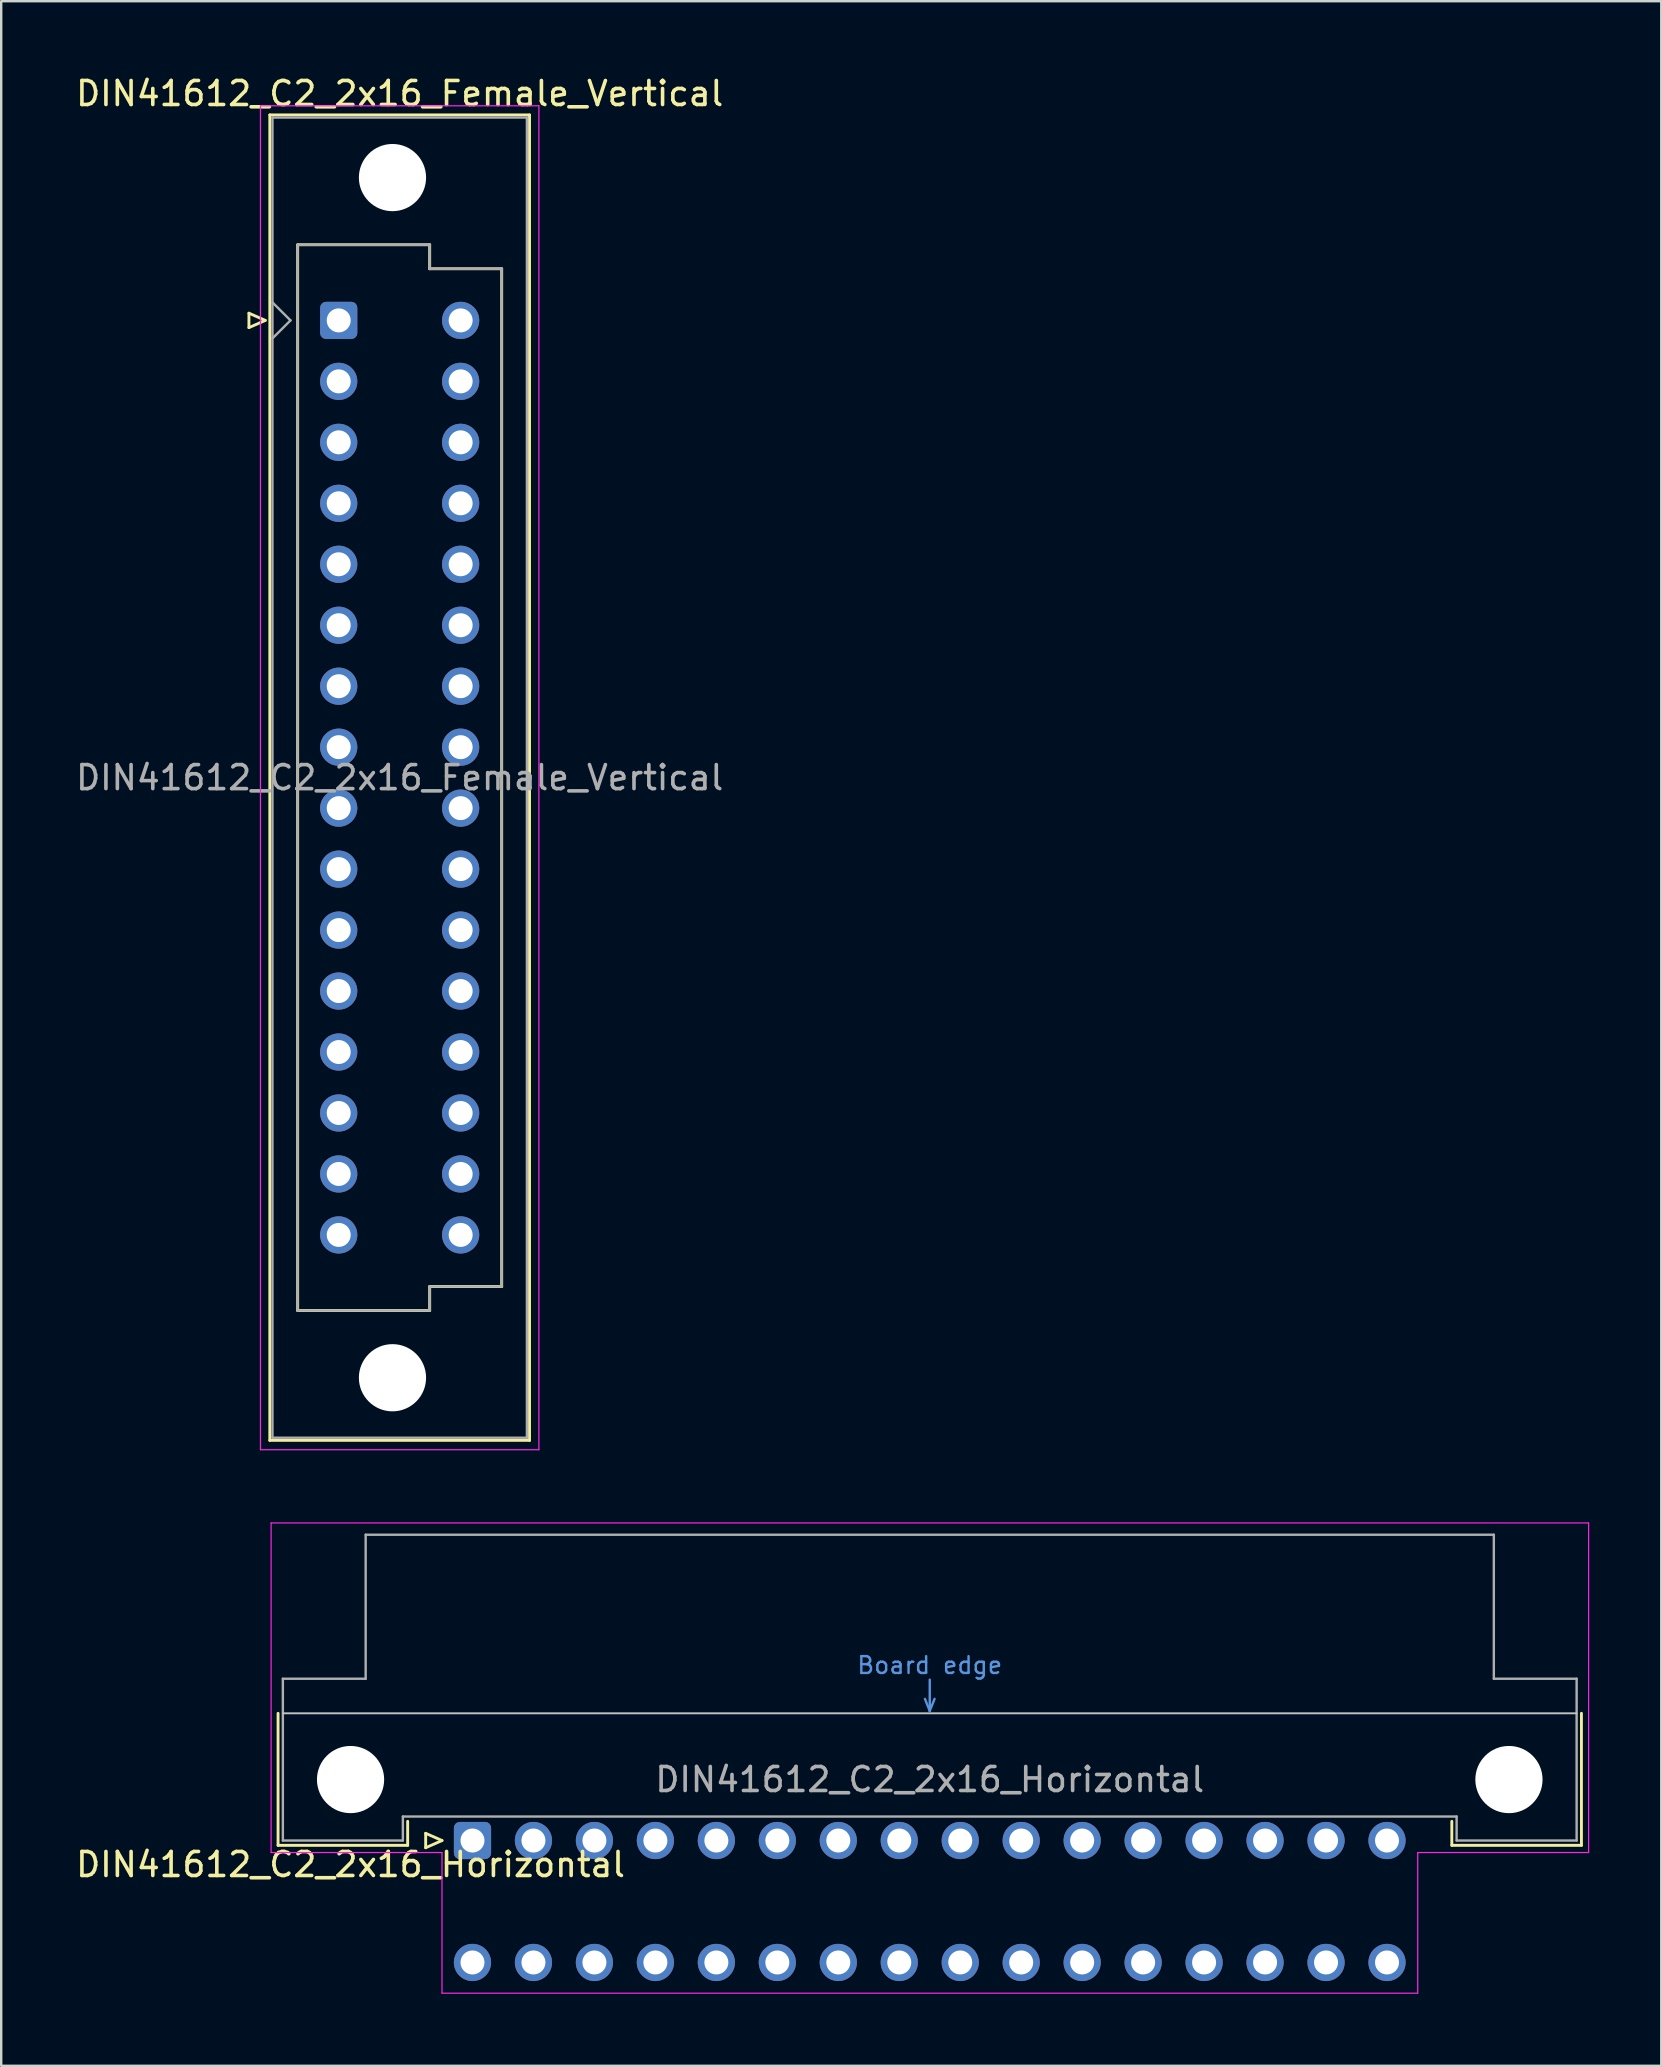
<source format=kicad_pcb>
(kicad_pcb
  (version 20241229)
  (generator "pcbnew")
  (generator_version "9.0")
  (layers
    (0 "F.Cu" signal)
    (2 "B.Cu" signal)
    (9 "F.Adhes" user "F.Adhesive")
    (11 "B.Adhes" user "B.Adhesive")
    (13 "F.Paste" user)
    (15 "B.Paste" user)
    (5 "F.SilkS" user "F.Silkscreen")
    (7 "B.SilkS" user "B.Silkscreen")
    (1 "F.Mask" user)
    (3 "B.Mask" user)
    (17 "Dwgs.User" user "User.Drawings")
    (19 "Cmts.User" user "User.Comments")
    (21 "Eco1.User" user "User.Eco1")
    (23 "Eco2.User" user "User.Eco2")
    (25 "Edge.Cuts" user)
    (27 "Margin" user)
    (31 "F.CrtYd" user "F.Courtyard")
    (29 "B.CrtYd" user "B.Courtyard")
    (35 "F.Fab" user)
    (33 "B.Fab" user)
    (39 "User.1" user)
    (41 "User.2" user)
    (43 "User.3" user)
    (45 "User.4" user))
  (footprint "DIN41612_C2_2x16_Female_Vertical"
    (layer "F.Cu")
    (at 11.061 10.298)
    (property "Reference" "DIN41612_C2_2x16_Female_Vertical" (at 2.54 -9.45 0) (layer "F.SilkS") (effects (font (size 1 1) (thickness 0.15))))
    (attr through_hole)
    (fp_line (start -3.74 -0.3) (end -3.74 0.3) (stroke (width 0.12) (type solid)) (layer "F.SilkS"))
    (fp_line (start -3.74 0.3) (end -3.06 0) (stroke (width 0.12) (type solid)) (layer "F.SilkS"))
    (fp_line (start -3.06 0) (end -3.74 -0.3) (stroke (width 0.12) (type solid)) (layer "F.SilkS"))
    (fp_line (start -2.87 -8.56) (end 7.95 -8.56) (stroke (width 0.12) (type solid)) (layer "F.SilkS"))
    (fp_line (start -2.87 46.66) (end -2.87 -8.56) (stroke (width 0.12) (type solid)) (layer "F.SilkS"))
    (fp_line (start -1.71 -3.15) (end 3.79 -3.15) (stroke (width 0.12) (type solid)) (layer "F.SilkS"))
    (fp_line (start -1.71 41.25) (end -1.71 -3.15) (stroke (width 0.12) (type solid)) (layer "F.SilkS"))
    (fp_line (start 3.79 -3.15) (end 3.79 -2.15) (stroke (width 0.12) (type solid)) (layer "F.SilkS"))
    (fp_line (start 3.79 -2.15) (end 6.79 -2.15) (stroke (width 0.12) (type solid)) (layer "F.SilkS"))
    (fp_line (start 3.79 40.25) (end 3.79 41.25) (stroke (width 0.12) (type solid)) (layer "F.SilkS"))
    (fp_line (start 3.79 41.25) (end -1.71 41.25) (stroke (width 0.12) (type solid)) (layer "F.SilkS"))
    (fp_line (start 6.79 -2.15) (end 6.79 40.25) (stroke (width 0.12) (type solid)) (layer "F.SilkS"))
    (fp_line (start 6.79 40.25) (end 3.79 40.25) (stroke (width 0.12) (type solid)) (layer "F.SilkS"))
    (fp_line (start 7.95 -8.56) (end 7.95 46.66) (stroke (width 0.12) (type solid)) (layer "F.SilkS"))
    (fp_line (start 7.95 46.66) (end -2.87 46.66) (stroke (width 0.12) (type solid)) (layer "F.SilkS"))
    (fp_line (start -3.26 -8.94) (end 8.34 -8.94) (stroke (width 0.05) (type solid)) (layer "F.CrtYd"))
    (fp_line (start -3.26 47.05) (end -3.26 -8.94) (stroke (width 0.05) (type solid)) (layer "F.CrtYd"))
    (fp_line (start 8.34 -8.94) (end 8.34 47.05) (stroke (width 0.05) (type solid)) (layer "F.CrtYd"))
    (fp_line (start 8.34 47.05) (end -3.26 47.05) (stroke (width 0.05) (type solid)) (layer "F.CrtYd"))
    (fp_line (start -2.76 -8.45) (end 7.84 -8.45) (stroke (width 0.1) (type solid)) (layer "F.Fab"))
    (fp_line (start -2.76 -0.75) (end -2.01 0) (stroke (width 0.1) (type solid)) (layer "F.Fab"))
    (fp_line (start -2.76 46.55) (end -2.76 -8.45) (stroke (width 0.1) (type solid)) (layer "F.Fab"))
    (fp_line (start -2.01 0) (end -2.76 0.75) (stroke (width 0.1) (type solid)) (layer "F.Fab"))
    (fp_line (start -1.71 -3.15) (end 3.79 -3.15) (stroke (width 0.1) (type solid)) (layer "F.Fab"))
    (fp_line (start -1.71 41.25) (end -1.71 -3.15) (stroke (width 0.1) (type solid)) (layer "F.Fab"))
    (fp_line (start 3.79 -3.15) (end 3.79 -2.15) (stroke (width 0.1) (type solid)) (layer "F.Fab"))
    (fp_line (start 3.79 -2.15) (end 6.79 -2.15) (stroke (width 0.1) (type solid)) (layer "F.Fab"))
    (fp_line (start 3.79 40.25) (end 3.79 41.25) (stroke (width 0.1) (type solid)) (layer "F.Fab"))
    (fp_line (start 3.79 41.25) (end -1.71 41.25) (stroke (width 0.1) (type solid)) (layer "F.Fab"))
    (fp_line (start 6.79 -2.15) (end 6.79 40.25) (stroke (width 0.1) (type solid)) (layer "F.Fab"))
    (fp_line (start 6.79 40.25) (end 3.79 40.25) (stroke (width 0.1) (type solid)) (layer "F.Fab"))
    (fp_line (start 7.84 -8.45) (end 7.84 46.55) (stroke (width 0.1) (type solid)) (layer "F.Fab"))
    (fp_line (start 7.84 46.55) (end -2.76 46.55) (stroke (width 0.1) (type solid)) (layer "F.Fab"))
    (fp_text user "${REFERENCE}" (at 2.54 19.05 0) (layer "F.Fab") (effects (font (size 1 1) (thickness 0.15))))
    (pad "" np_thru_hole circle (at 2.24 -5.95) (size 2.8 2.8) (drill 2.8) (layers "*.Cu" "*.Mask"))
    (pad "" np_thru_hole circle (at 2.24 44.05) (size 2.8 2.8) (drill 2.8) (layers "*.Cu" "*.Mask"))
    (pad "a1" thru_hole roundrect (at 0 0) (size 1.55 1.55) (drill 1) (layers "*.Cu" "*.Mask") (roundrect_rratio 0.161))
    (pad "a2" thru_hole circle (at 0 2.54) (size 1.55 1.55) (drill 1) (layers "*.Cu" "*.Mask"))
    (pad "a3" thru_hole circle (at 0 5.08) (size 1.55 1.55) (drill 1) (layers "*.Cu" "*.Mask"))
    (pad "a4" thru_hole circle (at 0 7.62) (size 1.55 1.55) (drill 1) (layers "*.Cu" "*.Mask"))
    (pad "a5" thru_hole circle (at 0 10.16) (size 1.55 1.55) (drill 1) (layers "*.Cu" "*.Mask"))
    (pad "a6" thru_hole circle (at 0 12.7) (size 1.55 1.55) (drill 1) (layers "*.Cu" "*.Mask"))
    (pad "a7" thru_hole circle (at 0 15.24) (size 1.55 1.55) (drill 1) (layers "*.Cu" "*.Mask"))
    (pad "a8" thru_hole circle (at 0 17.78) (size 1.55 1.55) (drill 1) (layers "*.Cu" "*.Mask"))
    (pad "a9" thru_hole circle (at 0 20.32) (size 1.55 1.55) (drill 1) (layers "*.Cu" "*.Mask"))
    (pad "a10" thru_hole circle (at 0 22.86) (size 1.55 1.55) (drill 1) (layers "*.Cu" "*.Mask"))
    (pad "a11" thru_hole circle (at 0 25.4) (size 1.55 1.55) (drill 1) (layers "*.Cu" "*.Mask"))
    (pad "a12" thru_hole circle (at 0 27.94) (size 1.55 1.55) (drill 1) (layers "*.Cu" "*.Mask"))
    (pad "a13" thru_hole circle (at 0 30.48) (size 1.55 1.55) (drill 1) (layers "*.Cu" "*.Mask"))
    (pad "a14" thru_hole circle (at 0 33.02) (size 1.55 1.55) (drill 1) (layers "*.Cu" "*.Mask"))
    (pad "a15" thru_hole circle (at 0 35.56) (size 1.55 1.55) (drill 1) (layers "*.Cu" "*.Mask"))
    (pad "a16" thru_hole circle (at 0 38.1) (size 1.55 1.55) (drill 1) (layers "*.Cu" "*.Mask"))
    (pad "c1" thru_hole circle (at 5.08 0) (size 1.55 1.55) (drill 1) (layers "*.Cu" "*.Mask"))
    (pad "c2" thru_hole circle (at 5.08 2.54) (size 1.55 1.55) (drill 1) (layers "*.Cu" "*.Mask"))
    (pad "c3" thru_hole circle (at 5.08 5.08) (size 1.55 1.55) (drill 1) (layers "*.Cu" "*.Mask"))
    (pad "c4" thru_hole circle (at 5.08 7.62) (size 1.55 1.55) (drill 1) (layers "*.Cu" "*.Mask"))
    (pad "c5" thru_hole circle (at 5.08 10.16) (size 1.55 1.55) (drill 1) (layers "*.Cu" "*.Mask"))
    (pad "c6" thru_hole circle (at 5.08 12.7) (size 1.55 1.55) (drill 1) (layers "*.Cu" "*.Mask"))
    (pad "c7" thru_hole circle (at 5.08 15.24) (size 1.55 1.55) (drill 1) (layers "*.Cu" "*.Mask"))
    (pad "c8" thru_hole circle (at 5.08 17.78) (size 1.55 1.55) (drill 1) (layers "*.Cu" "*.Mask"))
    (pad "c9" thru_hole circle (at 5.08 20.32) (size 1.55 1.55) (drill 1) (layers "*.Cu" "*.Mask"))
    (pad "c10" thru_hole circle (at 5.08 22.86) (size 1.55 1.55) (drill 1) (layers "*.Cu" "*.Mask"))
    (pad "c11" thru_hole circle (at 5.08 25.4) (size 1.55 1.55) (drill 1) (layers "*.Cu" "*.Mask"))
    (pad "c12" thru_hole circle (at 5.08 27.94) (size 1.55 1.55) (drill 1) (layers "*.Cu" "*.Mask"))
    (pad "c13" thru_hole circle (at 5.08 30.48) (size 1.55 1.55) (drill 1) (layers "*.Cu" "*.Mask"))
    (pad "c14" thru_hole circle (at 5.08 33.02) (size 1.55 1.55) (drill 1) (layers "*.Cu" "*.Mask"))
    (pad "c15" thru_hole circle (at 5.08 35.56) (size 1.55 1.55) (drill 1) (layers "*.Cu" "*.Mask"))
    (pad "c16" thru_hole circle (at 5.08 38.1) (size 1.55 1.55) (drill 1) (layers "*.Cu" "*.Mask")))
  (footprint "DIN41612_C2_2x16_Horizontal"
    (layer "F.Cu")
    (at 16.634 73.628)
    (property "Reference" "DIN41612_C2_2x16_Horizontal" (at -5.08 1 0) (layer "F.SilkS") (effects (font (size 1 1) (thickness 0.15))))
    (attr through_hole)
    (fp_line (start -8.1 -5.3) (end -8.1 0.2) (stroke (width 0.12) (type solid)) (layer "F.SilkS"))
    (fp_line (start -8.1 0.2) (end -2.7 0.2) (stroke (width 0.12) (type solid)) (layer "F.SilkS"))
    (fp_line (start -2.7 0.2) (end -2.7 -0.8) (stroke (width 0.12) (type solid)) (layer "F.SilkS"))
    (fp_line (start -1.95 -0.3) (end -1.95 0.3) (stroke (width 0.12) (type solid)) (layer "F.SilkS"))
    (fp_line (start -1.95 0.3) (end -1.27 0) (stroke (width 0.12) (type solid)) (layer "F.SilkS"))
    (fp_line (start -1.27 0) (end -1.95 -0.3) (stroke (width 0.12) (type solid)) (layer "F.SilkS"))
    (fp_line (start 40.8 0.2) (end 40.8 -0.8) (stroke (width 0.12) (type solid)) (layer "F.SilkS"))
    (fp_line (start 46.2 -5.3) (end 46.2 0.2) (stroke (width 0.12) (type solid)) (layer "F.SilkS"))
    (fp_line (start 46.2 0.2) (end 40.8 0.2) (stroke (width 0.12) (type solid)) (layer "F.SilkS"))
    (fp_line (start -7.9 -5.3) (end 46 -5.3) (stroke (width 0.08) (type solid)) (layer "Dwgs.User"))
    (fp_line (start 18.85 -5.9) (end 19.05 -5.4) (stroke (width 0.1) (type solid)) (layer "Cmts.User"))
    (fp_line (start 19.05 -5.4) (end 19.05 -6.7) (stroke (width 0.1) (type solid)) (layer "Cmts.User"))
    (fp_line (start 19.05 -5.4) (end 19.25 -5.9) (stroke (width 0.1) (type solid)) (layer "Cmts.User"))
    (fp_line (start -8.39 -13.23) (end -8.39 0.5) (stroke (width 0.05) (type solid)) (layer "F.CrtYd"))
    (fp_line (start -8.39 0.5) (end -1.27 0.5) (stroke (width 0.05) (type solid)) (layer "F.CrtYd"))
    (fp_line (start -1.27 0.5) (end -1.27 6.36) (stroke (width 0.05) (type solid)) (layer "F.CrtYd"))
    (fp_line (start -1.27 6.36) (end 39.38 6.36) (stroke (width 0.05) (type solid)) (layer "F.CrtYd"))
    (fp_line (start 39.38 0.5) (end 46.5 0.5) (stroke (width 0.05) (type solid)) (layer "F.CrtYd"))
    (fp_line (start 39.38 6.36) (end 39.38 0.5) (stroke (width 0.05) (type solid)) (layer "F.CrtYd"))
    (fp_line (start 46.5 -13.23) (end -8.39 -13.23) (stroke (width 0.05) (type solid)) (layer "F.CrtYd"))
    (fp_line (start 46.5 0.5) (end 46.5 -13.23) (stroke (width 0.05) (type solid)) (layer "F.CrtYd"))
    (fp_line (start -7.9 -6.74) (end -7.9 0) (stroke (width 0.1) (type solid)) (layer "F.Fab"))
    (fp_line (start -7.9 0) (end -2.9 0) (stroke (width 0.1) (type solid)) (layer "F.Fab"))
    (fp_line (start -4.45 -12.74) (end -4.45 -6.74) (stroke (width 0.1) (type solid)) (layer "F.Fab"))
    (fp_line (start -4.45 -6.74) (end -7.9 -6.74) (stroke (width 0.1) (type solid)) (layer "F.Fab"))
    (fp_line (start -2.9 -1) (end 41 -1) (stroke (width 0.1) (type solid)) (layer "F.Fab"))
    (fp_line (start -2.9 0) (end -2.9 -1) (stroke (width 0.1) (type solid)) (layer "F.Fab"))
    (fp_line (start 41 -1) (end 41 0) (stroke (width 0.1) (type solid)) (layer "F.Fab"))
    (fp_line (start 41 0) (end 46 0) (stroke (width 0.1) (type solid)) (layer "F.Fab"))
    (fp_line (start 42.55 -12.74) (end -4.45 -12.74) (stroke (width 0.1) (type solid)) (layer "F.Fab"))
    (fp_line (start 42.55 -6.74) (end 42.55 -12.74) (stroke (width 0.1) (type solid)) (layer "F.Fab"))
    (fp_line (start 46 -6.74) (end 42.55 -6.74) (stroke (width 0.1) (type solid)) (layer "F.Fab"))
    (fp_line (start 46 0) (end 46 -6.74) (stroke (width 0.1) (type solid)) (layer "F.Fab"))
    (fp_text user "Board edge" (at 19.05 -7.3 0) (layer "Cmts.User") (effects (font (size 0.7 0.7) (thickness 0.1))))
    (fp_text user "${REFERENCE}" (at 19.05 -2.54 0) (layer "F.Fab") (effects (font (size 1 1) (thickness 0.15))))
    (pad "" np_thru_hole circle (at -5.08 -2.54) (size 2.8 2.8) (drill 2.8) (layers "*.Cu" "*.Mask"))
    (pad "" np_thru_hole circle (at 43.18 -2.54) (size 2.8 2.8) (drill 2.8) (layers "*.Cu" "*.Mask"))
    (pad "a1" thru_hole roundrect (at 0 0) (size 1.55 1.55) (drill 1) (layers "*.Cu" "*.Mask") (roundrect_rratio 0.161))
    (pad "a2" thru_hole circle (at 2.54 0) (size 1.55 1.55) (drill 1) (layers "*.Cu" "*.Mask"))
    (pad "a3" thru_hole circle (at 5.08 0) (size 1.55 1.55) (drill 1) (layers "*.Cu" "*.Mask"))
    (pad "a4" thru_hole circle (at 7.62 0) (size 1.55 1.55) (drill 1) (layers "*.Cu" "*.Mask"))
    (pad "a5" thru_hole circle (at 10.16 0) (size 1.55 1.55) (drill 1) (layers "*.Cu" "*.Mask"))
    (pad "a6" thru_hole circle (at 12.7 0) (size 1.55 1.55) (drill 1) (layers "*.Cu" "*.Mask"))
    (pad "a7" thru_hole circle (at 15.24 0) (size 1.55 1.55) (drill 1) (layers "*.Cu" "*.Mask"))
    (pad "a8" thru_hole circle (at 17.78 0) (size 1.55 1.55) (drill 1) (layers "*.Cu" "*.Mask"))
    (pad "a9" thru_hole circle (at 20.32 0) (size 1.55 1.55) (drill 1) (layers "*.Cu" "*.Mask"))
    (pad "a10" thru_hole circle (at 22.86 0) (size 1.55 1.55) (drill 1) (layers "*.Cu" "*.Mask"))
    (pad "a11" thru_hole circle (at 25.4 0) (size 1.55 1.55) (drill 1) (layers "*.Cu" "*.Mask"))
    (pad "a12" thru_hole circle (at 27.94 0) (size 1.55 1.55) (drill 1) (layers "*.Cu" "*.Mask"))
    (pad "a13" thru_hole circle (at 30.48 0) (size 1.55 1.55) (drill 1) (layers "*.Cu" "*.Mask"))
    (pad "a14" thru_hole circle (at 33.02 0) (size 1.55 1.55) (drill 1) (layers "*.Cu" "*.Mask"))
    (pad "a15" thru_hole circle (at 35.56 0) (size 1.55 1.55) (drill 1) (layers "*.Cu" "*.Mask"))
    (pad "a16" thru_hole circle (at 38.1 0) (size 1.55 1.55) (drill 1) (layers "*.Cu" "*.Mask"))
    (pad "c1" thru_hole circle (at 0 5.08) (size 1.55 1.55) (drill 1) (layers "*.Cu" "*.Mask"))
    (pad "c2" thru_hole circle (at 2.54 5.08) (size 1.55 1.55) (drill 1) (layers "*.Cu" "*.Mask"))
    (pad "c3" thru_hole circle (at 5.08 5.08) (size 1.55 1.55) (drill 1) (layers "*.Cu" "*.Mask"))
    (pad "c4" thru_hole circle (at 7.62 5.08) (size 1.55 1.55) (drill 1) (layers "*.Cu" "*.Mask"))
    (pad "c5" thru_hole circle (at 10.16 5.08) (size 1.55 1.55) (drill 1) (layers "*.Cu" "*.Mask"))
    (pad "c6" thru_hole circle (at 12.7 5.08) (size 1.55 1.55) (drill 1) (layers "*.Cu" "*.Mask"))
    (pad "c7" thru_hole circle (at 15.24 5.08) (size 1.55 1.55) (drill 1) (layers "*.Cu" "*.Mask"))
    (pad "c8" thru_hole circle (at 17.78 5.08) (size 1.55 1.55) (drill 1) (layers "*.Cu" "*.Mask"))
    (pad "c9" thru_hole circle (at 20.32 5.08) (size 1.55 1.55) (drill 1) (layers "*.Cu" "*.Mask"))
    (pad "c10" thru_hole circle (at 22.86 5.08) (size 1.55 1.55) (drill 1) (layers "*.Cu" "*.Mask"))
    (pad "c11" thru_hole circle (at 25.4 5.08) (size 1.55 1.55) (drill 1) (layers "*.Cu" "*.Mask"))
    (pad "c12" thru_hole circle (at 27.94 5.08) (size 1.55 1.55) (drill 1) (layers "*.Cu" "*.Mask"))
    (pad "c13" thru_hole circle (at 30.48 5.08) (size 1.55 1.55) (drill 1) (layers "*.Cu" "*.Mask"))
    (pad "c14" thru_hole circle (at 33.02 5.08) (size 1.55 1.55) (drill 1) (layers "*.Cu" "*.Mask"))
    (pad "c15" thru_hole circle (at 35.56 5.08) (size 1.55 1.55) (drill 1) (layers "*.Cu" "*.Mask"))
    (pad "c16" thru_hole circle (at 38.1 5.08) (size 1.55 1.55) (drill 1) (layers "*.Cu" "*.Mask")))
  (gr_rect
    (start -3 -3)
    (end 66.159 83.013)
    (stroke (width 0.1) (type default))
    (fill no)
    (layer "Edge.Cuts")))
</source>
